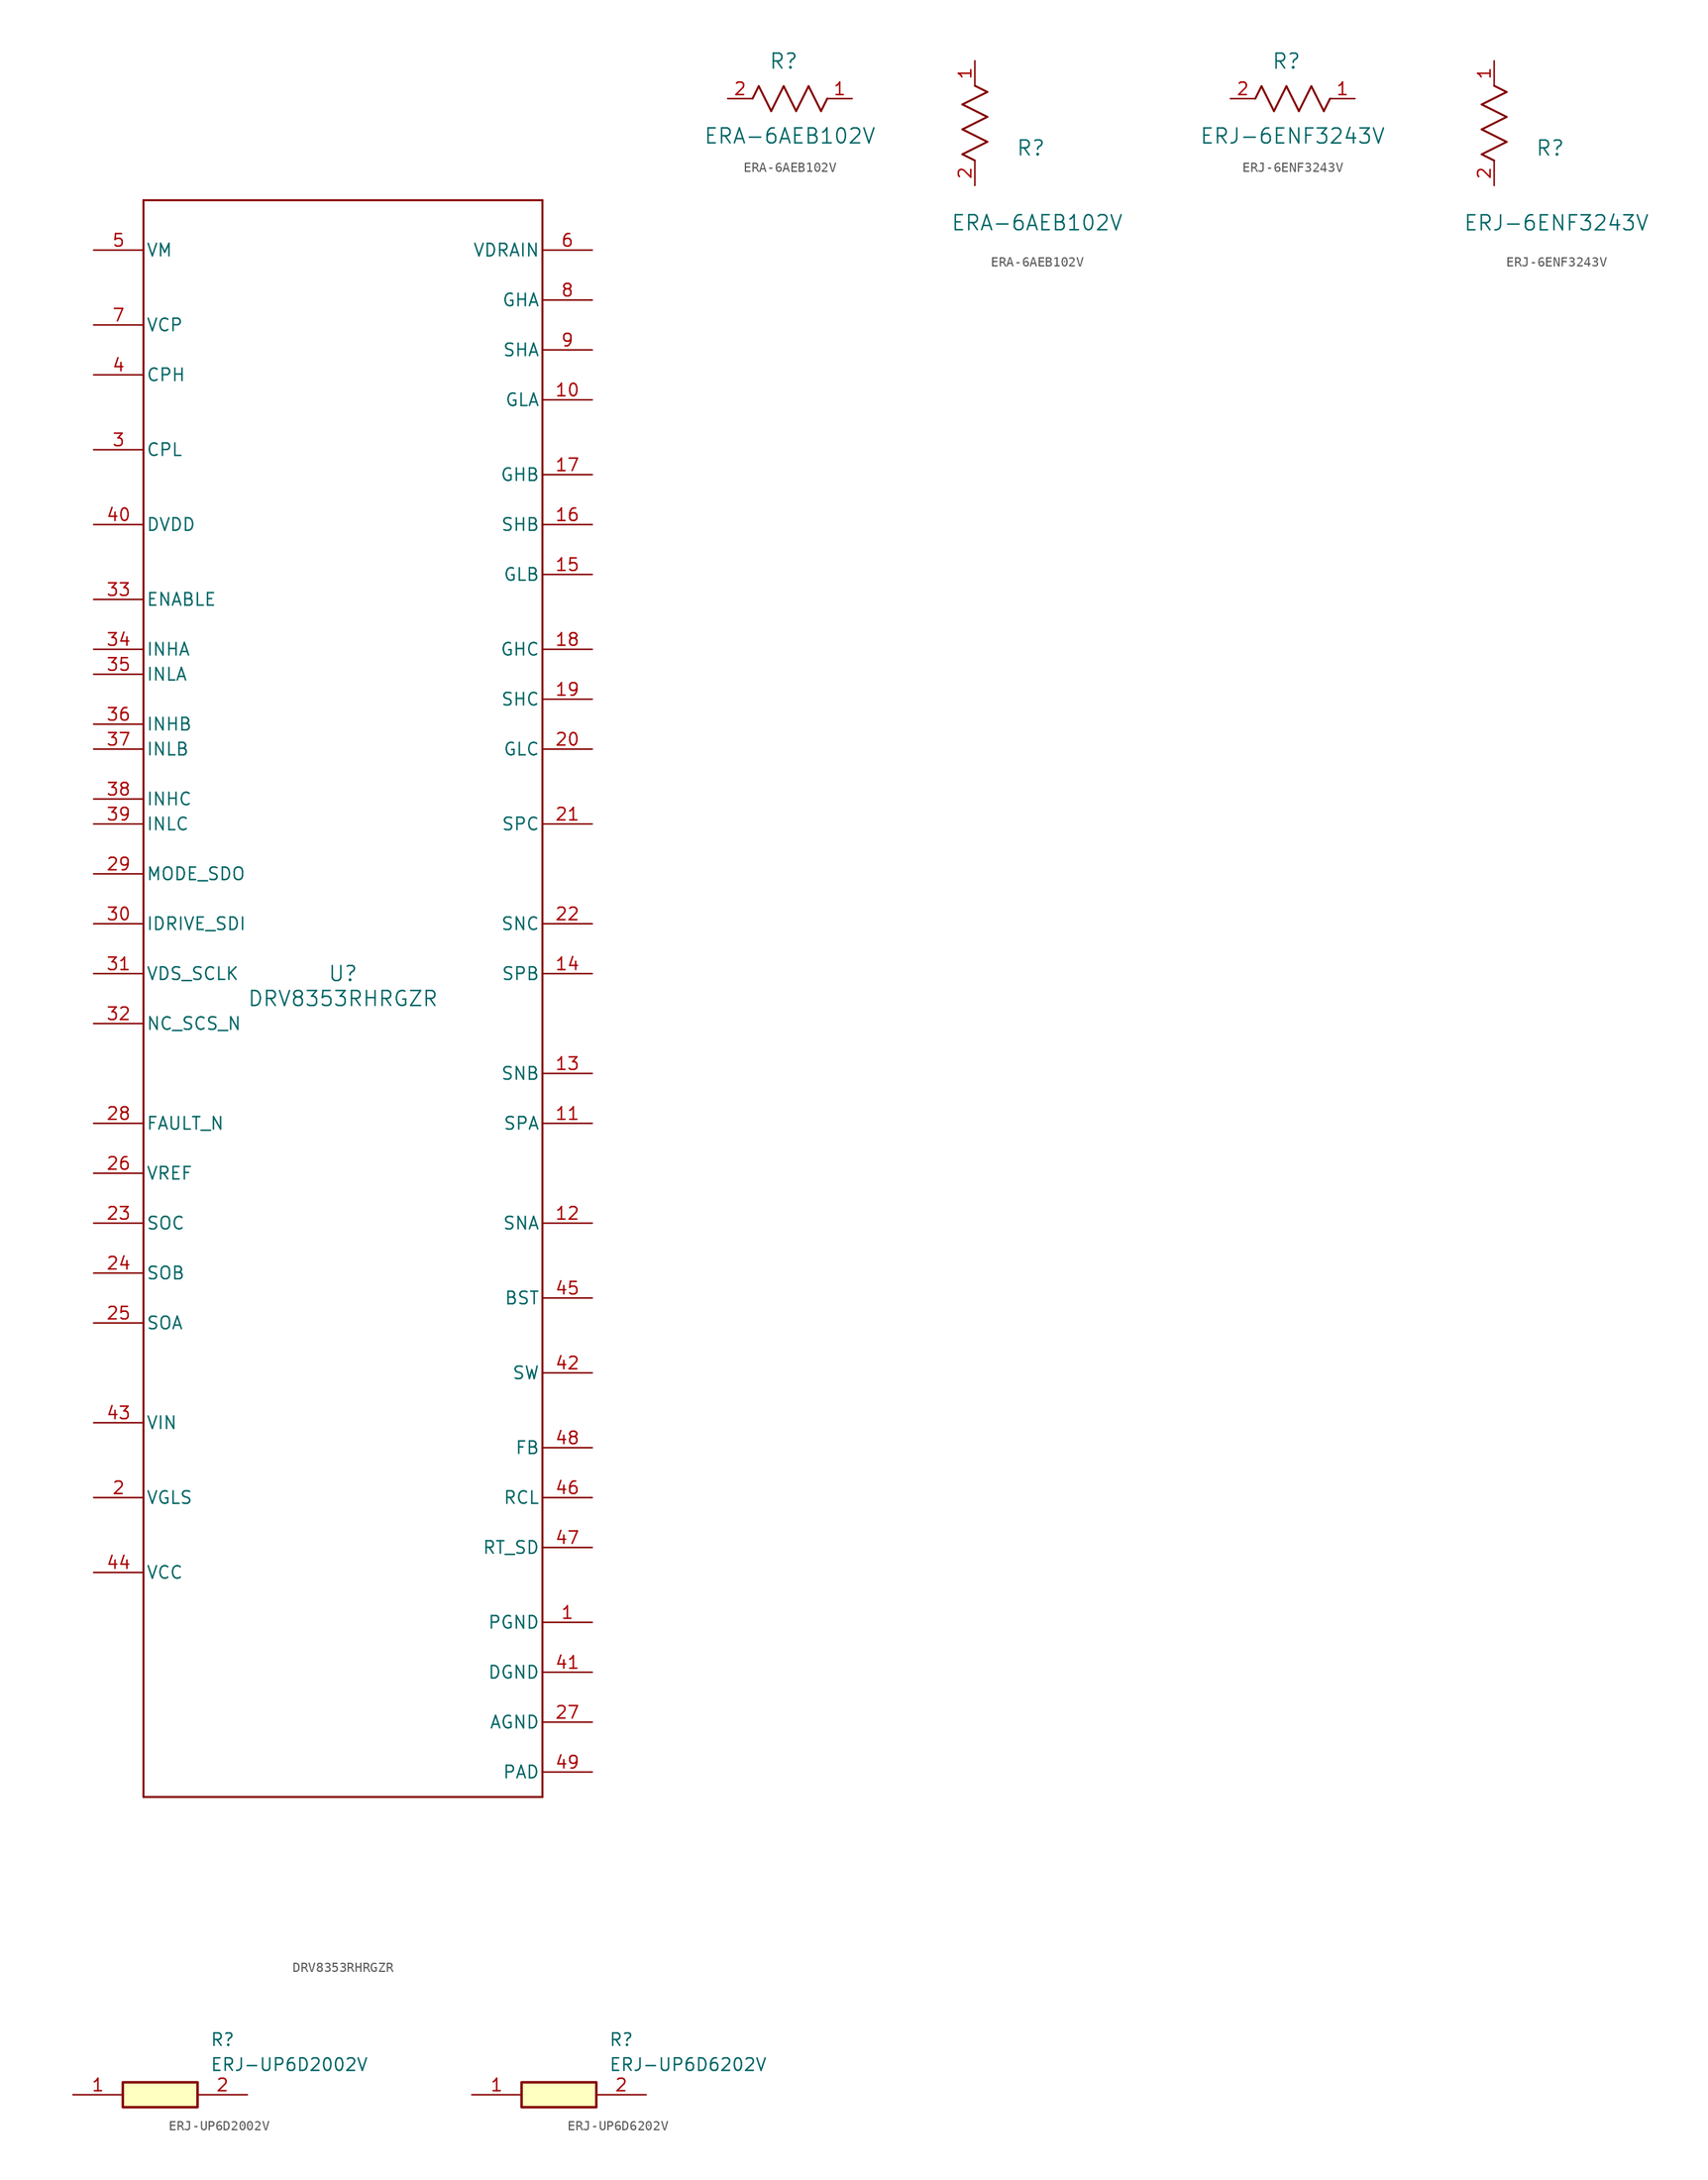
<source format=kicad_sym>
(kicad_symbol_lib
  (version 20241209)
  (generator "kicad_symbol_editor")
  (generator_version "9.0")
  (symbol "DRV8353RHRGZR"
    (pin_names
      (offset 0.254))
    (property "Reference" "U"
      (at 0 2.54 0)
      (effects (font (size 1.524 1.524))))
    (property "Value" "DRV8353RHRGZR"
      (at 0 0 0)
      (effects (font (size 1.524 1.524))))
    (property "ki_locked" ""
      (at 0 0 0)
      (effects (font (size 1.27 1.27))))
    (symbol "DRV8353RHRGZR_0_1"
      (polyline (pts (xy -20.32 81.28) (xy -20.32 -81.28)) (stroke (width 0.203) (type default)) (fill (type none)))
      (polyline (pts (xy -20.32 -81.28) (xy 20.32 -81.28)) (stroke (width 0.203) (type default)) (fill (type none)))
      (polyline (pts (xy 20.32 81.28) (xy -20.32 81.28)) (stroke (width 0.203) (type default)) (fill (type none)))
      (polyline (pts (xy 20.32 -81.28) (xy 20.32 81.28)) (stroke (width 0.203) (type default)) (fill (type none)))
      (pin power_in line (at -25.4 76.2 0) (length 5.08) (name "VM" (effects (font (size 1.27 1.27)))) (number "5" (effects (font (size 1.27 1.27)))))
      (pin power_in line (at -25.4 68.58 0) (length 5.08) (name "VCP" (effects (font (size 1.27 1.27)))) (number "7" (effects (font (size 1.27 1.27)))))
      (pin power_in line (at -25.4 63.5 0) (length 5.08) (name "CPH" (effects (font (size 1.27 1.27)))) (number "4" (effects (font (size 1.27 1.27)))))
      (pin power_in line (at -25.4 55.88 0) (length 5.08) (name "CPL" (effects (font (size 1.27 1.27)))) (number "3" (effects (font (size 1.27 1.27)))))
      (pin power_in line (at -25.4 48.26 0) (length 5.08) (name "DVDD" (effects (font (size 1.27 1.27)))) (number "40" (effects (font (size 1.27 1.27)))))
      (pin input line (at -25.4 40.64 0) (length 5.08) (name "ENABLE" (effects (font (size 1.27 1.27)))) (number "33" (effects (font (size 1.27 1.27)))))
      (pin input line (at -25.4 35.56 0) (length 5.08) (name "INHA" (effects (font (size 1.27 1.27)))) (number "34" (effects (font (size 1.27 1.27)))))
      (pin input line (at -25.4 33.02 0) (length 5.08) (name "INLA" (effects (font (size 1.27 1.27)))) (number "35" (effects (font (size 1.27 1.27)))))
      (pin input line (at -25.4 27.94 0) (length 5.08) (name "INHB" (effects (font (size 1.27 1.27)))) (number "36" (effects (font (size 1.27 1.27)))))
      (pin input line (at -25.4 25.4 0) (length 5.08) (name "INLB" (effects (font (size 1.27 1.27)))) (number "37" (effects (font (size 1.27 1.27)))))
      (pin input line (at -25.4 20.32 0) (length 5.08) (name "INHC" (effects (font (size 1.27 1.27)))) (number "38" (effects (font (size 1.27 1.27)))))
      (pin input line (at -25.4 17.78 0) (length 5.08) (name "INLC" (effects (font (size 1.27 1.27)))) (number "39" (effects (font (size 1.27 1.27)))))
      (pin bidirectional line (at -25.4 12.7 0) (length 5.08) (name "MODE_SDO" (effects (font (size 1.27 1.27)))) (number "29" (effects (font (size 1.27 1.27)))))
      (pin input line (at -25.4 7.62 0) (length 5.08) (name "IDRIVE_SDI" (effects (font (size 1.27 1.27)))) (number "30" (effects (font (size 1.27 1.27)))))
      (pin input line (at -25.4 2.54 0) (length 5.08) (name "VDS_SCLK" (effects (font (size 1.27 1.27)))) (number "31" (effects (font (size 1.27 1.27)))))
      (pin input line (at -25.4 -2.54 0) (length 5.08) (name "NC_SCS_N" (effects (font (size 1.27 1.27)))) (number "32" (effects (font (size 1.27 1.27)))))
      (pin open_collector line (at -25.4 -12.7 0) (length 5.08) (name "FAULT_N" (effects (font (size 1.27 1.27)))) (number "28" (effects (font (size 1.27 1.27)))))
      (pin power_in line (at -25.4 -17.78 0) (length 5.08) (name "VREF" (effects (font (size 1.27 1.27)))) (number "26" (effects (font (size 1.27 1.27)))))
      (pin output line (at -25.4 -22.86 0) (length 5.08) (name "SOC" (effects (font (size 1.27 1.27)))) (number "23" (effects (font (size 1.27 1.27)))))
      (pin output line (at -25.4 -27.94 0) (length 5.08) (name "SOB" (effects (font (size 1.27 1.27)))) (number "24" (effects (font (size 1.27 1.27)))))
      (pin output line (at -25.4 -33.02 0) (length 5.08) (name "SOA" (effects (font (size 1.27 1.27)))) (number "25" (effects (font (size 1.27 1.27)))))
      (pin power_in line (at -25.4 -43.18 0) (length 5.08) (name "VIN" (effects (font (size 1.27 1.27)))) (number "43" (effects (font (size 1.27 1.27)))))
      (pin power_in line (at -25.4 -50.8 0) (length 5.08) (name "VGLS" (effects (font (size 1.27 1.27)))) (number "2" (effects (font (size 1.27 1.27)))))
      (pin power_in line (at -25.4 -58.42 0) (length 5.08) (name "VCC" (effects (font (size 1.27 1.27)))) (number "44" (effects (font (size 1.27 1.27)))))
      (pin input line (at 25.4 76.2 180) (length 5.08) (name "VDRAIN" (effects (font (size 1.27 1.27)))) (number "6" (effects (font (size 1.27 1.27)))))
      (pin output line (at 25.4 71.12 180) (length 5.08) (name "GHA" (effects (font (size 1.27 1.27)))) (number "8" (effects (font (size 1.27 1.27)))))
      (pin input line (at 25.4 66.04 180) (length 5.08) (name "SHA" (effects (font (size 1.27 1.27)))) (number "9" (effects (font (size 1.27 1.27)))))
      (pin output line (at 25.4 60.96 180) (length 5.08) (name "GLA" (effects (font (size 1.27 1.27)))) (number "10" (effects (font (size 1.27 1.27)))))
      (pin output line (at 25.4 53.34 180) (length 5.08) (name "GHB" (effects (font (size 1.27 1.27)))) (number "17" (effects (font (size 1.27 1.27)))))
      (pin input line (at 25.4 48.26 180) (length 5.08) (name "SHB" (effects (font (size 1.27 1.27)))) (number "16" (effects (font (size 1.27 1.27)))))
      (pin output line (at 25.4 43.18 180) (length 5.08) (name "GLB" (effects (font (size 1.27 1.27)))) (number "15" (effects (font (size 1.27 1.27)))))
      (pin output line (at 25.4 35.56 180) (length 5.08) (name "GHC" (effects (font (size 1.27 1.27)))) (number "18" (effects (font (size 1.27 1.27)))))
      (pin input line (at 25.4 30.48 180) (length 5.08) (name "SHC" (effects (font (size 1.27 1.27)))) (number "19" (effects (font (size 1.27 1.27)))))
      (pin output line (at 25.4 25.4 180) (length 5.08) (name "GLC" (effects (font (size 1.27 1.27)))) (number "20" (effects (font (size 1.27 1.27)))))
      (pin input line (at 25.4 17.78 180) (length 5.08) (name "SPC" (effects (font (size 1.27 1.27)))) (number "21" (effects (font (size 1.27 1.27)))))
      (pin input line (at 25.4 7.62 180) (length 5.08) (name "SNC" (effects (font (size 1.27 1.27)))) (number "22" (effects (font (size 1.27 1.27)))))
      (pin input line (at 25.4 2.54 180) (length 5.08) (name "SPB" (effects (font (size 1.27 1.27)))) (number "14" (effects (font (size 1.27 1.27)))))
      (pin input line (at 25.4 -7.62 180) (length 5.08) (name "SNB" (effects (font (size 1.27 1.27)))) (number "13" (effects (font (size 1.27 1.27)))))
      (pin input line (at 25.4 -12.7 180) (length 5.08) (name "SPA" (effects (font (size 1.27 1.27)))) (number "11" (effects (font (size 1.27 1.27)))))
      (pin input line (at 25.4 -22.86 180) (length 5.08) (name "SNA" (effects (font (size 1.27 1.27)))) (number "12" (effects (font (size 1.27 1.27)))))
      (pin power_in line (at 25.4 -30.48 180) (length 5.08) (name "BST" (effects (font (size 1.27 1.27)))) (number "45" (effects (font (size 1.27 1.27)))))
      (pin power_in line (at 25.4 -38.1 180) (length 5.08) (name "SW" (effects (font (size 1.27 1.27)))) (number "42" (effects (font (size 1.27 1.27)))))
      (pin input line (at 25.4 -45.72 180) (length 5.08) (name "FB" (effects (font (size 1.27 1.27)))) (number "48" (effects (font (size 1.27 1.27)))))
      (pin input line (at 25.4 -50.8 180) (length 5.08) (name "RCL" (effects (font (size 1.27 1.27)))) (number "46" (effects (font (size 1.27 1.27)))))
      (pin input line (at 25.4 -55.88 180) (length 5.08) (name "RT_SD" (effects (font (size 1.27 1.27)))) (number "47" (effects (font (size 1.27 1.27)))))
      (pin power_in line (at 25.4 -63.5 180) (length 5.08) (name "PGND" (effects (font (size 1.27 1.27)))) (number "1" (effects (font (size 1.27 1.27)))))
      (pin power_in line (at 25.4 -68.58 180) (length 5.08) (name "DGND" (effects (font (size 1.27 1.27)))) (number "41" (effects (font (size 1.27 1.27)))))
      (pin power_in line (at 25.4 -73.66 180) (length 5.08) (name "AGND" (effects (font (size 1.27 1.27)))) (number "27" (effects (font (size 1.27 1.27)))))
      (pin power_in line (at 25.4 -78.74 180) (length 5.08) (name "PAD" (effects (font (size 1.27 1.27)))) (number "49" (effects (font (size 1.27 1.27)))))))
  (symbol "ERA-6AEB102V"
    (pin_names
      (offset 0.254))
    (property "Reference" "R"
      (at 5.715 3.81 0)
      (effects (font (size 1.524 1.524))))
    (property "Value" "ERA-6AEB102V"
      (at 6.35 -3.81 0)
      (effects (font (size 1.524 1.524))))
    (property "ki_locked" ""
      (at 0 0 0)
      (effects (font (size 1.27 1.27))))
    (symbol "ERA-6AEB102V_1_1"
      (polyline (pts (xy 2.54 0) (xy 3.175 1.27)) (stroke (width 0.203) (type default)) (fill (type none)))
      (polyline (pts (xy 3.175 1.27) (xy 4.445 -1.27)) (stroke (width 0.203) (type default)) (fill (type none)))
      (polyline (pts (xy 4.445 -1.27) (xy 5.715 1.27)) (stroke (width 0.203) (type default)) (fill (type none)))
      (polyline (pts (xy 5.715 1.27) (xy 6.985 -1.27)) (stroke (width 0.203) (type default)) (fill (type none)))
      (polyline (pts (xy 6.985 -1.27) (xy 8.255 1.27)) (stroke (width 0.203) (type default)) (fill (type none)))
      (polyline (pts (xy 8.255 1.27) (xy 9.525 -1.27)) (stroke (width 0.203) (type default)) (fill (type none)))
      (polyline (pts (xy 9.525 -1.27) (xy 10.16 0)) (stroke (width 0.203) (type default)) (fill (type none)))
      (pin unspecified line (at 0 0 0) (length 2.54) (name "" (effects (font (size 1.27 1.27)))) (number "2" (effects (font (size 1.27 1.27)))))
      (pin unspecified line (at 12.7 0 180) (length 2.54) (name "" (effects (font (size 1.27 1.27)))) (number "1" (effects (font (size 1.27 1.27))))))
    (symbol "ERA-6AEB102V_1_2"
      (polyline (pts (xy -1.27 8.255) (xy 1.27 9.525)) (stroke (width 0.203) (type default)) (fill (type none)))
      (polyline (pts (xy -1.27 5.715) (xy 1.27 6.985)) (stroke (width 0.203) (type default)) (fill (type none)))
      (polyline (pts (xy -1.27 3.175) (xy 1.27 4.445)) (stroke (width 0.203) (type default)) (fill (type none)))
      (polyline (pts (xy 0 2.54) (xy -1.27 3.175)) (stroke (width 0.203) (type default)) (fill (type none)))
      (polyline (pts (xy 1.27 9.525) (xy 0 10.16)) (stroke (width 0.203) (type default)) (fill (type none)))
      (polyline (pts (xy 1.27 6.985) (xy -1.27 8.255)) (stroke (width 0.203) (type default)) (fill (type none)))
      (polyline (pts (xy 1.27 4.445) (xy -1.27 5.715)) (stroke (width 0.203) (type default)) (fill (type none)))
      (pin unspecified line (at 0 12.7 270) (length 2.54) (name "" (effects (font (size 1.27 1.27)))) (number "1" (effects (font (size 1.27 1.27)))))
      (pin unspecified line (at 0 0 90) (length 2.54) (name "" (effects (font (size 1.27 1.27)))) (number "2" (effects (font (size 1.27 1.27)))))))
  (symbol "ERJ-6ENF3243V"
    (pin_names
      (offset 0.254))
    (property "Reference" "R"
      (at 5.715 3.81 0)
      (effects (font (size 1.524 1.524))))
    (property "Value" "ERJ-6ENF3243V"
      (at 6.35 -3.81 0)
      (effects (font (size 1.524 1.524))))
    (property "ki_locked" ""
      (at 0 0 0)
      (effects (font (size 1.27 1.27))))
    (symbol "ERJ-6ENF3243V_1_1"
      (polyline (pts (xy 2.54 0) (xy 3.175 1.27)) (stroke (width 0.203) (type default)) (fill (type none)))
      (polyline (pts (xy 3.175 1.27) (xy 4.445 -1.27)) (stroke (width 0.203) (type default)) (fill (type none)))
      (polyline (pts (xy 4.445 -1.27) (xy 5.715 1.27)) (stroke (width 0.203) (type default)) (fill (type none)))
      (polyline (pts (xy 5.715 1.27) (xy 6.985 -1.27)) (stroke (width 0.203) (type default)) (fill (type none)))
      (polyline (pts (xy 6.985 -1.27) (xy 8.255 1.27)) (stroke (width 0.203) (type default)) (fill (type none)))
      (polyline (pts (xy 8.255 1.27) (xy 9.525 -1.27)) (stroke (width 0.203) (type default)) (fill (type none)))
      (polyline (pts (xy 9.525 -1.27) (xy 10.16 0)) (stroke (width 0.203) (type default)) (fill (type none)))
      (pin unspecified line (at 0 0 0) (length 2.54) (name "" (effects (font (size 1.27 1.27)))) (number "2" (effects (font (size 1.27 1.27)))))
      (pin unspecified line (at 12.7 0 180) (length 2.54) (name "" (effects (font (size 1.27 1.27)))) (number "1" (effects (font (size 1.27 1.27))))))
    (symbol "ERJ-6ENF3243V_1_2"
      (polyline (pts (xy -1.27 8.255) (xy 1.27 9.525)) (stroke (width 0.203) (type default)) (fill (type none)))
      (polyline (pts (xy -1.27 5.715) (xy 1.27 6.985)) (stroke (width 0.203) (type default)) (fill (type none)))
      (polyline (pts (xy -1.27 3.175) (xy 1.27 4.445)) (stroke (width 0.203) (type default)) (fill (type none)))
      (polyline (pts (xy 0 2.54) (xy -1.27 3.175)) (stroke (width 0.203) (type default)) (fill (type none)))
      (polyline (pts (xy 1.27 9.525) (xy 0 10.16)) (stroke (width 0.203) (type default)) (fill (type none)))
      (polyline (pts (xy 1.27 6.985) (xy -1.27 8.255)) (stroke (width 0.203) (type default)) (fill (type none)))
      (polyline (pts (xy 1.27 4.445) (xy -1.27 5.715)) (stroke (width 0.203) (type default)) (fill (type none)))
      (pin unspecified line (at 0 12.7 270) (length 2.54) (name "" (effects (font (size 1.27 1.27)))) (number "1" (effects (font (size 1.27 1.27)))))
      (pin unspecified line (at 0 0 90) (length 2.54) (name "" (effects (font (size 1.27 1.27)))) (number "2" (effects (font (size 1.27 1.27)))))))
  (symbol "ERJ-UP6D2002V"
    (pin_names
      (hide yes))
    (property "Reference" "R"
      (at 13.97 6.35 0)
      (effects (font (size 1.27 1.27)) (justify left top)))
    (property "Value" "ERJ-UP6D2002V"
      (at 13.97 3.81 0)
      (effects (font (size 1.27 1.27)) (justify left top)))
    (symbol "ERJ-UP6D2002V_1_1"
      (rectangle (start 5.08 1.27) (end 12.7 -1.27) (stroke (width 0.254) (type default)) (fill (type background)))
      (pin passive line (at 0 0 0) (length 5.08) (name "1" (effects (font (size 1.27 1.27)))) (number "1" (effects (font (size 1.27 1.27)))))
      (pin passive line (at 17.78 0 180) (length 5.08) (name "2" (effects (font (size 1.27 1.27)))) (number "2" (effects (font (size 1.27 1.27)))))))
  (symbol "ERJ-UP6D6202V"
    (pin_names
      (hide yes))
    (property "Reference" "R"
      (at 13.97 6.35 0)
      (effects (font (size 1.27 1.27)) (justify left top)))
    (property "Value" "ERJ-UP6D6202V"
      (at 13.97 3.81 0)
      (effects (font (size 1.27 1.27)) (justify left top)))
    (symbol "ERJ-UP6D6202V_1_1"
      (rectangle (start 5.08 1.27) (end 12.7 -1.27) (stroke (width 0.254) (type default)) (fill (type background)))
      (pin passive line (at 0 0 0) (length 5.08) (name "1" (effects (font (size 1.27 1.27)))) (number "1" (effects (font (size 1.27 1.27)))))
      (pin passive line (at 17.78 0 180) (length 5.08) (name "2" (effects (font (size 1.27 1.27)))) (number "2" (effects (font (size 1.27 1.27))))))))
</source>
